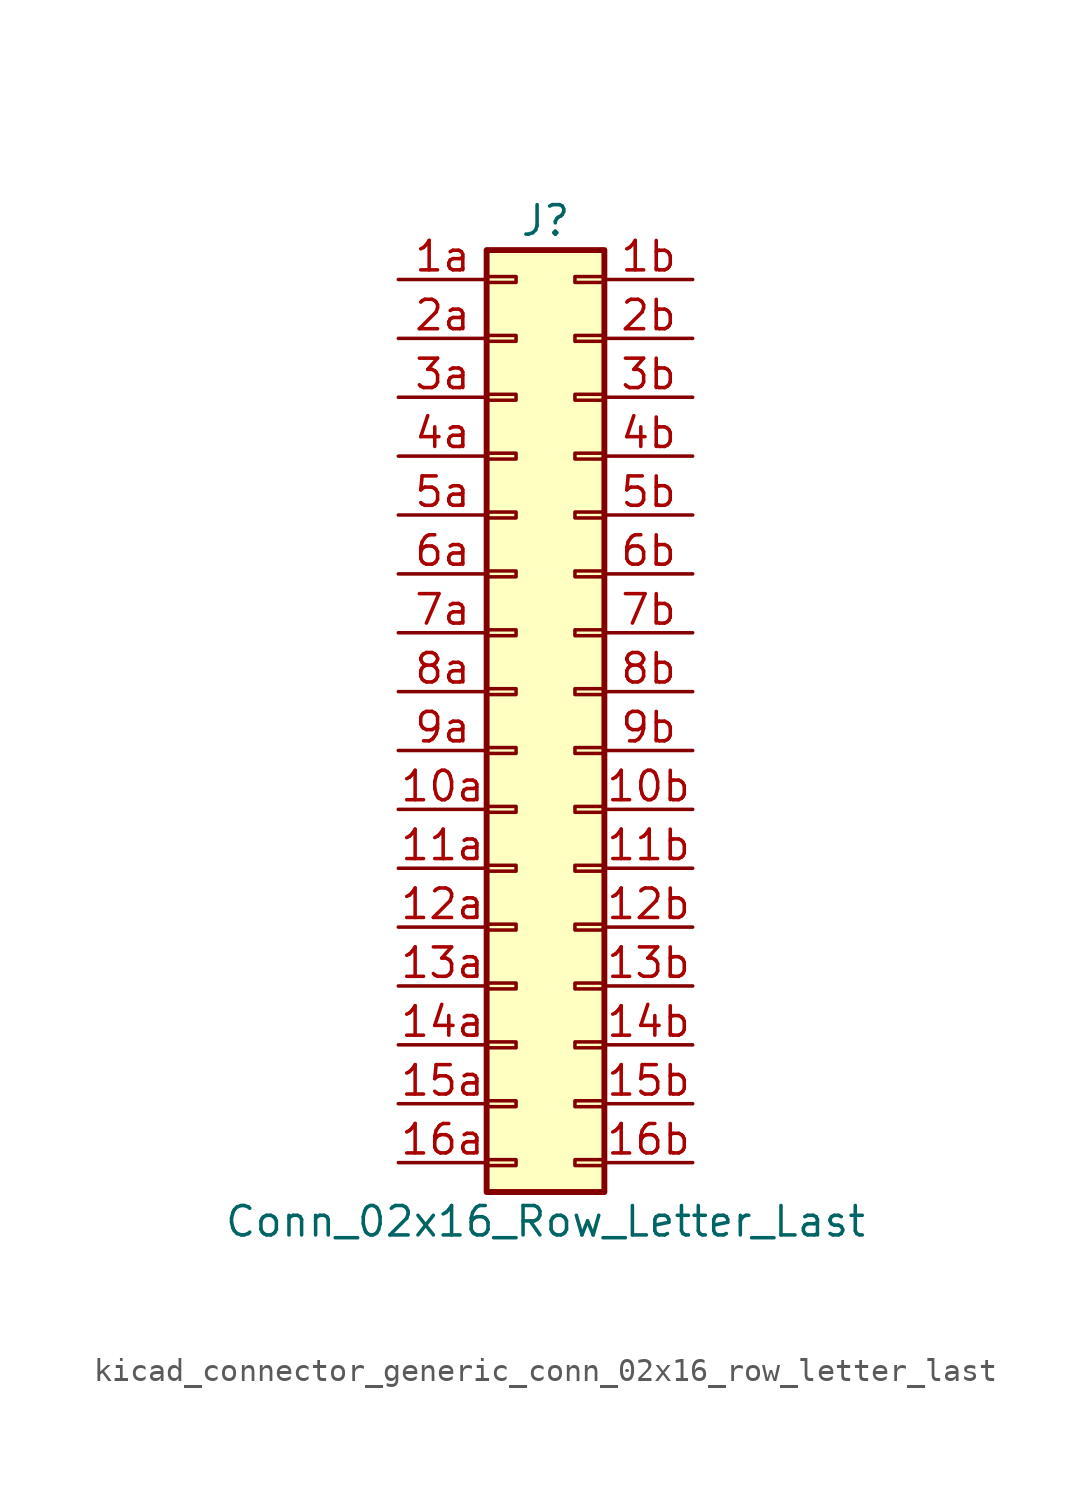
<source format=kicad_sym>
(kicad_symbol_lib
  (version 20220914)
  (generator kicad_symbol_editor)
  (symbol "kicad_connector_generic_conn_02x16_row_letter_last"
    (pin_names
      (offset 1.016) hide)
    (property "Reference" "J"
      (at 1.27 20.32 0)
      (effects (font (size 1.27 1.27))))
    (property "Value" "Conn_02x16_Row_Letter_Last"
      (at 1.27 -22.86 0)
      (effects (font (size 1.27 1.27))))
    (symbol "kicad_connector_generic_conn_02x16_row_letter_last_1_1"
      (rectangle (start -1.27 -20.193) (end 0 -20.447) (stroke (width 0.152) (type default)) (fill (type none)))
      (rectangle (start -1.27 -17.653) (end 0 -17.907) (stroke (width 0.152) (type default)) (fill (type none)))
      (rectangle (start -1.27 -15.113) (end 0 -15.367) (stroke (width 0.152) (type default)) (fill (type none)))
      (rectangle (start -1.27 -12.573) (end 0 -12.827) (stroke (width 0.152) (type default)) (fill (type none)))
      (rectangle (start -1.27 -10.033) (end 0 -10.287) (stroke (width 0.152) (type default)) (fill (type none)))
      (rectangle (start -1.27 -7.493) (end 0 -7.747) (stroke (width 0.152) (type default)) (fill (type none)))
      (rectangle (start -1.27 -4.953) (end 0 -5.207) (stroke (width 0.152) (type default)) (fill (type none)))
      (rectangle (start -1.27 -2.413) (end 0 -2.667) (stroke (width 0.152) (type default)) (fill (type none)))
      (rectangle (start -1.27 0.127) (end 0 -0.127) (stroke (width 0.152) (type default)) (fill (type none)))
      (rectangle (start -1.27 2.667) (end 0 2.413) (stroke (width 0.152) (type default)) (fill (type none)))
      (rectangle (start -1.27 5.207) (end 0 4.953) (stroke (width 0.152) (type default)) (fill (type none)))
      (rectangle (start -1.27 7.747) (end 0 7.493) (stroke (width 0.152) (type default)) (fill (type none)))
      (rectangle (start -1.27 10.287) (end 0 10.033) (stroke (width 0.152) (type default)) (fill (type none)))
      (rectangle (start -1.27 12.827) (end 0 12.573) (stroke (width 0.152) (type default)) (fill (type none)))
      (rectangle (start -1.27 15.367) (end 0 15.113) (stroke (width 0.152) (type default)) (fill (type none)))
      (rectangle (start -1.27 17.907) (end 0 17.653) (stroke (width 0.152) (type default)) (fill (type none)))
      (rectangle (start -1.27 19.05) (end 3.81 -21.59) (stroke (width 0.254) (type default)) (fill (type background)))
      (rectangle (start 3.81 -20.193) (end 2.54 -20.447) (stroke (width 0.152) (type default)) (fill (type none)))
      (rectangle (start 3.81 -17.653) (end 2.54 -17.907) (stroke (width 0.152) (type default)) (fill (type none)))
      (rectangle (start 3.81 -15.113) (end 2.54 -15.367) (stroke (width 0.152) (type default)) (fill (type none)))
      (rectangle (start 3.81 -12.573) (end 2.54 -12.827) (stroke (width 0.152) (type default)) (fill (type none)))
      (rectangle (start 3.81 -10.033) (end 2.54 -10.287) (stroke (width 0.152) (type default)) (fill (type none)))
      (rectangle (start 3.81 -7.493) (end 2.54 -7.747) (stroke (width 0.152) (type default)) (fill (type none)))
      (rectangle (start 3.81 -4.953) (end 2.54 -5.207) (stroke (width 0.152) (type default)) (fill (type none)))
      (rectangle (start 3.81 -2.413) (end 2.54 -2.667) (stroke (width 0.152) (type default)) (fill (type none)))
      (rectangle (start 3.81 0.127) (end 2.54 -0.127) (stroke (width 0.152) (type default)) (fill (type none)))
      (rectangle (start 3.81 2.667) (end 2.54 2.413) (stroke (width 0.152) (type default)) (fill (type none)))
      (rectangle (start 3.81 5.207) (end 2.54 4.953) (stroke (width 0.152) (type default)) (fill (type none)))
      (rectangle (start 3.81 7.747) (end 2.54 7.493) (stroke (width 0.152) (type default)) (fill (type none)))
      (rectangle (start 3.81 10.287) (end 2.54 10.033) (stroke (width 0.152) (type default)) (fill (type none)))
      (rectangle (start 3.81 12.827) (end 2.54 12.573) (stroke (width 0.152) (type default)) (fill (type none)))
      (rectangle (start 3.81 15.367) (end 2.54 15.113) (stroke (width 0.152) (type default)) (fill (type none)))
      (rectangle (start 3.81 17.907) (end 2.54 17.653) (stroke (width 0.152) (type default)) (fill (type none)))
      (pin passive line (at -5.08 -5.08 0) (length 3.81) (name "Pin_10a" (effects (font (size 1.27 1.27)))) (number "10a" (effects (font (size 1.27 1.27)))))
      (pin passive line (at 7.62 -5.08 180) (length 3.81) (name "Pin_10b" (effects (font (size 1.27 1.27)))) (number "10b" (effects (font (size 1.27 1.27)))))
      (pin passive line (at -5.08 -7.62 0) (length 3.81) (name "Pin_11a" (effects (font (size 1.27 1.27)))) (number "11a" (effects (font (size 1.27 1.27)))))
      (pin passive line (at 7.62 -7.62 180) (length 3.81) (name "Pin_11b" (effects (font (size 1.27 1.27)))) (number "11b" (effects (font (size 1.27 1.27)))))
      (pin passive line (at -5.08 -10.16 0) (length 3.81) (name "Pin_12a" (effects (font (size 1.27 1.27)))) (number "12a" (effects (font (size 1.27 1.27)))))
      (pin passive line (at 7.62 -10.16 180) (length 3.81) (name "Pin_12b" (effects (font (size 1.27 1.27)))) (number "12b" (effects (font (size 1.27 1.27)))))
      (pin passive line (at -5.08 -12.7 0) (length 3.81) (name "Pin_13a" (effects (font (size 1.27 1.27)))) (number "13a" (effects (font (size 1.27 1.27)))))
      (pin passive line (at 7.62 -12.7 180) (length 3.81) (name "Pin_13b" (effects (font (size 1.27 1.27)))) (number "13b" (effects (font (size 1.27 1.27)))))
      (pin passive line (at -5.08 -15.24 0) (length 3.81) (name "Pin_14a" (effects (font (size 1.27 1.27)))) (number "14a" (effects (font (size 1.27 1.27)))))
      (pin passive line (at 7.62 -15.24 180) (length 3.81) (name "Pin_14b" (effects (font (size 1.27 1.27)))) (number "14b" (effects (font (size 1.27 1.27)))))
      (pin passive line (at -5.08 -17.78 0) (length 3.81) (name "Pin_15a" (effects (font (size 1.27 1.27)))) (number "15a" (effects (font (size 1.27 1.27)))))
      (pin passive line (at 7.62 -17.78 180) (length 3.81) (name "Pin_15b" (effects (font (size 1.27 1.27)))) (number "15b" (effects (font (size 1.27 1.27)))))
      (pin passive line (at -5.08 -20.32 0) (length 3.81) (name "Pin_16a" (effects (font (size 1.27 1.27)))) (number "16a" (effects (font (size 1.27 1.27)))))
      (pin passive line (at 7.62 -20.32 180) (length 3.81) (name "Pin_16b" (effects (font (size 1.27 1.27)))) (number "16b" (effects (font (size 1.27 1.27)))))
      (pin passive line (at -5.08 17.78 0) (length 3.81) (name "Pin_1a" (effects (font (size 1.27 1.27)))) (number "1a" (effects (font (size 1.27 1.27)))))
      (pin passive line (at 7.62 17.78 180) (length 3.81) (name "Pin_1b" (effects (font (size 1.27 1.27)))) (number "1b" (effects (font (size 1.27 1.27)))))
      (pin passive line (at -5.08 15.24 0) (length 3.81) (name "Pin_2a" (effects (font (size 1.27 1.27)))) (number "2a" (effects (font (size 1.27 1.27)))))
      (pin passive line (at 7.62 15.24 180) (length 3.81) (name "Pin_2b" (effects (font (size 1.27 1.27)))) (number "2b" (effects (font (size 1.27 1.27)))))
      (pin passive line (at -5.08 12.7 0) (length 3.81) (name "Pin_3a" (effects (font (size 1.27 1.27)))) (number "3a" (effects (font (size 1.27 1.27)))))
      (pin passive line (at 7.62 12.7 180) (length 3.81) (name "Pin_3b" (effects (font (size 1.27 1.27)))) (number "3b" (effects (font (size 1.27 1.27)))))
      (pin passive line (at -5.08 10.16 0) (length 3.81) (name "Pin_4a" (effects (font (size 1.27 1.27)))) (number "4a" (effects (font (size 1.27 1.27)))))
      (pin passive line (at 7.62 10.16 180) (length 3.81) (name "Pin_4b" (effects (font (size 1.27 1.27)))) (number "4b" (effects (font (size 1.27 1.27)))))
      (pin passive line (at -5.08 7.62 0) (length 3.81) (name "Pin_5a" (effects (font (size 1.27 1.27)))) (number "5a" (effects (font (size 1.27 1.27)))))
      (pin passive line (at 7.62 7.62 180) (length 3.81) (name "Pin_5b" (effects (font (size 1.27 1.27)))) (number "5b" (effects (font (size 1.27 1.27)))))
      (pin passive line (at -5.08 5.08 0) (length 3.81) (name "Pin_6a" (effects (font (size 1.27 1.27)))) (number "6a" (effects (font (size 1.27 1.27)))))
      (pin passive line (at 7.62 5.08 180) (length 3.81) (name "Pin_6b" (effects (font (size 1.27 1.27)))) (number "6b" (effects (font (size 1.27 1.27)))))
      (pin passive line (at -5.08 2.54 0) (length 3.81) (name "Pin_7a" (effects (font (size 1.27 1.27)))) (number "7a" (effects (font (size 1.27 1.27)))))
      (pin passive line (at 7.62 2.54 180) (length 3.81) (name "Pin_7b" (effects (font (size 1.27 1.27)))) (number "7b" (effects (font (size 1.27 1.27)))))
      (pin passive line (at -5.08 0 0) (length 3.81) (name "Pin_8a" (effects (font (size 1.27 1.27)))) (number "8a" (effects (font (size 1.27 1.27)))))
      (pin passive line (at 7.62 0 180) (length 3.81) (name "Pin_8b" (effects (font (size 1.27 1.27)))) (number "8b" (effects (font (size 1.27 1.27)))))
      (pin passive line (at -5.08 -2.54 0) (length 3.81) (name "Pin_9a" (effects (font (size 1.27 1.27)))) (number "9a" (effects (font (size 1.27 1.27)))))
      (pin passive line (at 7.62 -2.54 180) (length 3.81) (name "Pin_9b" (effects (font (size 1.27 1.27)))) (number "9b" (effects (font (size 1.27 1.27))))))))
</source>
